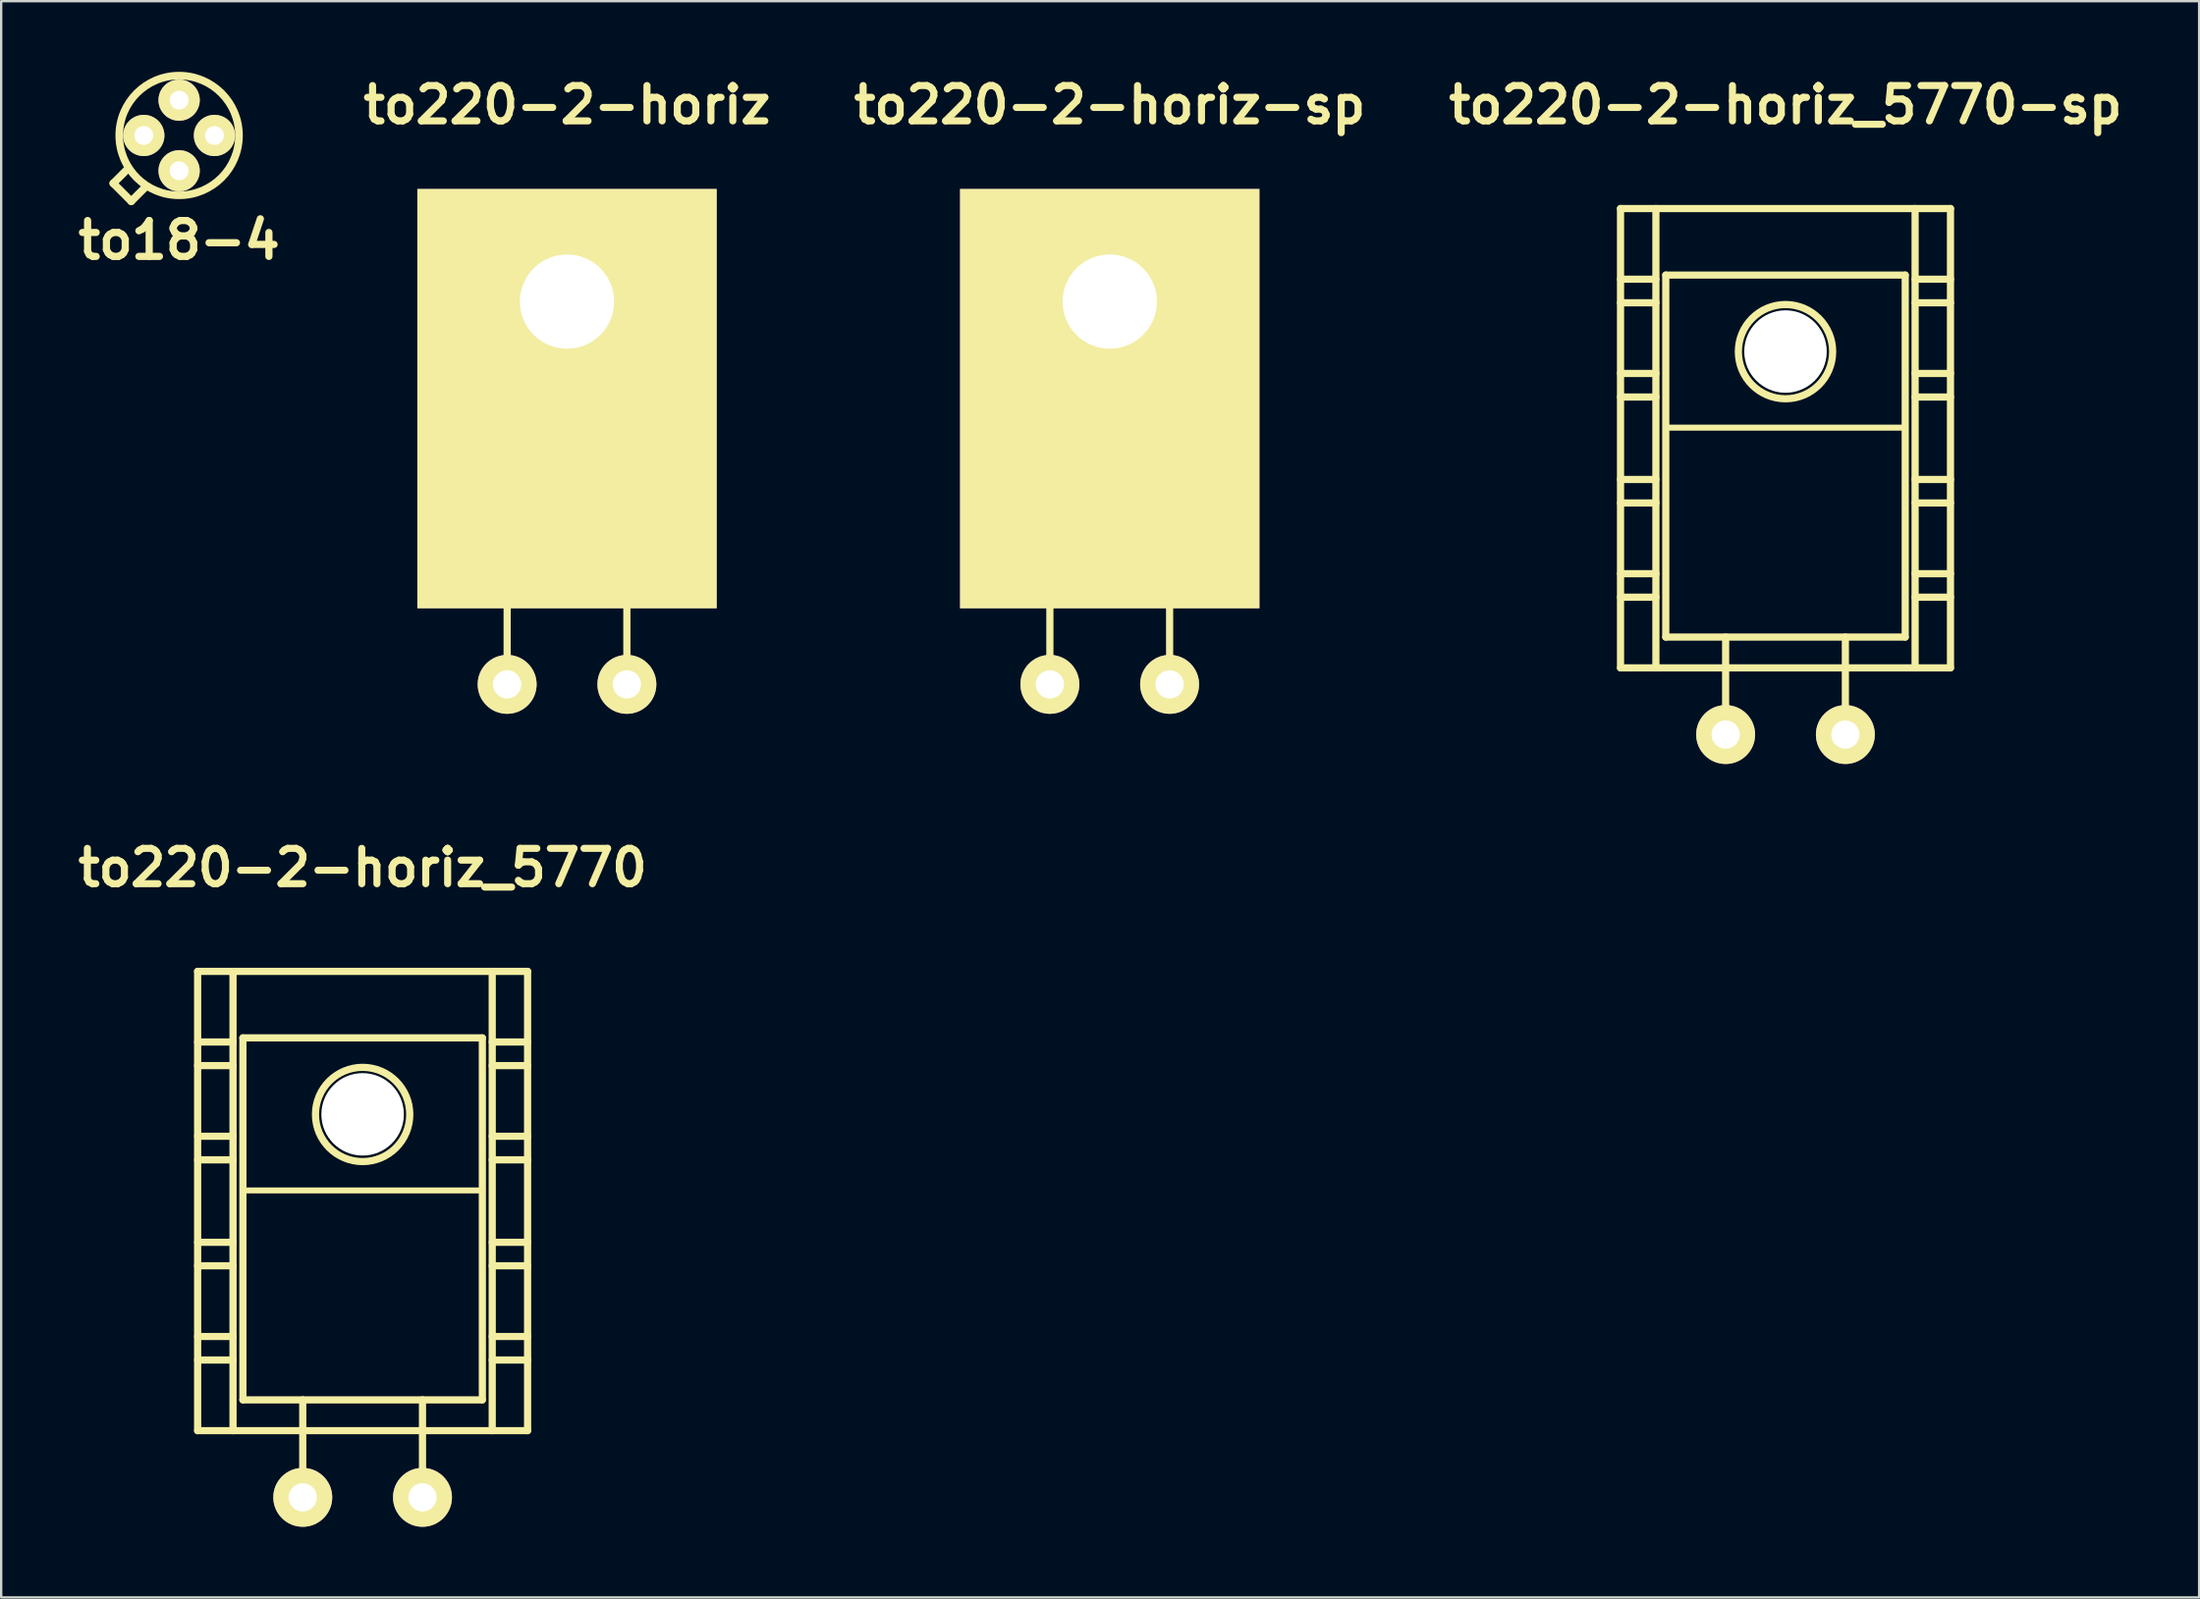
<source format=kicad_pcb>
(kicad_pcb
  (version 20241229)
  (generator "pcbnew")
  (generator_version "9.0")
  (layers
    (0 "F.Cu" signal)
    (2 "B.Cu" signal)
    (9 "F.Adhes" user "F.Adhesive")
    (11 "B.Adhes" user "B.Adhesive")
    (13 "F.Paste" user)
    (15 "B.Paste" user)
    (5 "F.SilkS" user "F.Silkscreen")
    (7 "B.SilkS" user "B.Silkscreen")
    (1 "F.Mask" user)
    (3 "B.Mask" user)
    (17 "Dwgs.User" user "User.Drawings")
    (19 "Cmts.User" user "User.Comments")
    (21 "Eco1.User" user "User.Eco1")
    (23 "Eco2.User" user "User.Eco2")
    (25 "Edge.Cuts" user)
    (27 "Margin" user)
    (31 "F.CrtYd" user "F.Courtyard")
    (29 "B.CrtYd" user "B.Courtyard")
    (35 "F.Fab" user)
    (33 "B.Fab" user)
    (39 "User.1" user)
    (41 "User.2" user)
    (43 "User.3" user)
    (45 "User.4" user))
  (footprint "to220-2-horiz-sp"
    (layer "F.Cu")
    (at 44.036 16.404)
    (property "Reference" "to220-2-horiz-sp" (at 0 -15 0) (layer "F.SilkS") (effects (font (size 1.5 1.5) (thickness 0.3))))
    (attr through_hole)
    (fp_line (start -5.08 -9.906) (end -5.08 5.461) (stroke (width 0.305) (type solid)) (layer "F.SilkS"))
    (fp_line (start -5.08 5.461) (end 5.08 5.461) (stroke (width 0.305) (type solid)) (layer "F.SilkS"))
    (fp_line (start -2.54 9.652) (end -2.54 5.461) (stroke (width 0.305) (type solid)) (layer "F.SilkS"))
    (fp_line (start 2.54 9.652) (end 2.54 5.461) (stroke (width 0.305) (type solid)) (layer "F.SilkS"))
    (fp_line (start 5.08 -9.906) (end -5.08 -9.906) (stroke (width 0.305) (type solid)) (layer "F.SilkS"))
    (fp_line (start 5.08 -3.429) (end -5.08 -3.429) (stroke (width 0.254) (type solid)) (layer "F.SilkS"))
    (fp_line (start 5.08 5.461) (end 5.08 -9.906) (stroke (width 0.305) (type solid)) (layer "F.SilkS"))
    (pad "1" thru_hole circle (at -2.54 9.6) (size 2.5 2.5) (drill 1.2) (layers "*.Cu" "*.Mask" "F.SilkS"))
    (pad "2" thru_hole circle (at 2.54 9.6) (size 2.5 2.5) (drill 1.2) (layers "*.Cu" "*.Mask" "F.SilkS"))
    (pad "3" thru_hole rect (at 0 -6.65) (size 12.7 17.8) (drill 4 (offset 0 4.12)) (layers "F.Cu" "F.Mask" "F.SilkS")))
  (footprint "to18-4"
    (layer "F.Cu")
    (at 4.55 2.701)
    (property "Reference" "to18-4" (at 0 4.445 0) (layer "F.SilkS") (effects (font (size 1.524 1.524) (thickness 0.305))))
    (attr through_hole)
    (fp_line (start -2.794 2.032) (end -2.032 2.794) (stroke (width 0.323) (type solid)) (layer "F.SilkS"))
    (fp_line (start -2.159 1.397) (end -2.794 2.032) (stroke (width 0.323) (type solid)) (layer "F.SilkS"))
    (fp_line (start -2.032 2.794) (end -1.397 2.159) (stroke (width 0.323) (type solid)) (layer "F.SilkS"))
    (fp_circle (center 0 0) (end -2.54 0) (stroke (width 0.323) (type solid)) (fill no) (layer "F.SilkS"))
    (pad "1" thru_hole circle (at 1.5 0) (size 1.75 1.75) (drill 0.8) (layers "*.Cu" "*.Mask" "F.SilkS"))
    (pad "2" thru_hole circle (at 0 -1.5) (size 1.75 1.75) (drill 0.8) (layers "*.Cu" "*.Mask" "F.SilkS"))
    (pad "3" thru_hole circle (at -1.5 0) (size 1.75 1.75) (drill 0.8) (layers "*.Cu" "*.Mask" "F.SilkS"))
    (pad "4" thru_hole circle (at 0 1.5) (size 1.75 1.75) (drill 0.8) (layers "*.Cu" "*.Mask" "F.SilkS")))
  (footprint "to220-2-horiz_5770-sp"
    (layer "F.Cu")
    (at 72.708 19.804)
    (property "Reference" "to220-2-horiz_5770-sp" (at 0 -18.4 0) (layer "F.SilkS") (effects (font (size 1.5 1.5) (thickness 0.3))))
    (attr through_hole)
    (fp_line (start -7 -14) (end -7 5.499) (stroke (width 0.305) (type solid)) (layer "F.SilkS"))
    (fp_line (start -7 -11.001) (end -5.499 -11.001) (stroke (width 0.305) (type solid)) (layer "F.SilkS"))
    (fp_line (start -7 -10) (end -5.499 -10) (stroke (width 0.305) (type solid)) (layer "F.SilkS"))
    (fp_line (start -7 -7) (end -5.499 -7) (stroke (width 0.305) (type solid)) (layer "F.SilkS"))
    (fp_line (start -7 -5.999) (end -5.499 -5.999) (stroke (width 0.305) (type solid)) (layer "F.SilkS"))
    (fp_line (start -7 -2.499) (end -5.499 -2.499) (stroke (width 0.305) (type solid)) (layer "F.SilkS"))
    (fp_line (start -7 -1.501) (end -5.499 -1.501) (stroke (width 0.305) (type solid)) (layer "F.SilkS"))
    (fp_line (start -7 1.501) (end -5.499 1.501) (stroke (width 0.305) (type solid)) (layer "F.SilkS"))
    (fp_line (start -7 2.499) (end -5.499 2.499) (stroke (width 0.305) (type solid)) (layer "F.SilkS"))
    (fp_line (start -7 5.499) (end 7 5.499) (stroke (width 0.305) (type solid)) (layer "F.SilkS"))
    (fp_line (start -5.499 5.499) (end -5.499 -14) (stroke (width 0.305) (type solid)) (layer "F.SilkS"))
    (fp_line (start -5.08 -11.176) (end -5.08 4.191) (stroke (width 0.305) (type solid)) (layer "F.SilkS"))
    (fp_line (start -5.08 4.191) (end 5.08 4.191) (stroke (width 0.305) (type solid)) (layer "F.SilkS"))
    (fp_line (start -2.54 8.382) (end -2.54 4.191) (stroke (width 0.305) (type solid)) (layer "F.SilkS"))
    (fp_line (start 2.54 8.382) (end 2.54 4.191) (stroke (width 0.305) (type solid)) (layer "F.SilkS"))
    (fp_line (start 5.08 -11.176) (end -5.08 -11.176) (stroke (width 0.305) (type solid)) (layer "F.SilkS"))
    (fp_line (start 5.08 -4.699) (end -5.08 -4.699) (stroke (width 0.254) (type solid)) (layer "F.SilkS"))
    (fp_line (start 5.08 4.191) (end 5.08 -11.176) (stroke (width 0.305) (type solid)) (layer "F.SilkS"))
    (fp_line (start 5.499 -14) (end 5.499 5.499) (stroke (width 0.305) (type solid)) (layer "F.SilkS"))
    (fp_line (start 5.499 -11.001) (end 7 -11.001) (stroke (width 0.305) (type solid)) (layer "F.SilkS"))
    (fp_line (start 5.499 -10) (end 7 -10) (stroke (width 0.305) (type solid)) (layer "F.SilkS"))
    (fp_line (start 5.499 -7) (end 7 -7) (stroke (width 0.305) (type solid)) (layer "F.SilkS"))
    (fp_line (start 5.499 -5.999) (end 7 -5.999) (stroke (width 0.305) (type solid)) (layer "F.SilkS"))
    (fp_line (start 5.499 -2.499) (end 7 -2.499) (stroke (width 0.305) (type solid)) (layer "F.SilkS"))
    (fp_line (start 5.499 -1.501) (end 7 -1.501) (stroke (width 0.305) (type solid)) (layer "F.SilkS"))
    (fp_line (start 5.499 1.501) (end 7 1.501) (stroke (width 0.305) (type solid)) (layer "F.SilkS"))
    (fp_line (start 5.499 2.499) (end 7 2.499) (stroke (width 0.305) (type solid)) (layer "F.SilkS"))
    (fp_line (start 7 -14) (end -7 -14) (stroke (width 0.305) (type solid)) (layer "F.SilkS"))
    (fp_line (start 7 5.499) (end 7 -14) (stroke (width 0.305) (type solid)) (layer "F.SilkS"))
    (fp_circle (center 0 -7.925) (end -1.999 -8.001) (stroke (width 0.305) (type solid)) (fill no) (layer "F.SilkS"))
    (pad "" np_thru_hole circle (at 0 -7.93) (size 3.5 3.5) (drill 3.5) (layers "*.Cu" "*.Mask"))
    (pad "1" thru_hole circle (at -2.54 8.33) (size 2.5 2.5) (drill 1.2) (layers "*.Cu" "*.Mask" "F.SilkS"))
    (pad "2" thru_hole circle (at 2.54 8.33) (size 2.5 2.5) (drill 1.2) (layers "*.Cu" "*.Mask" "F.SilkS")))
  (footprint "to220-2-horiz_5770"
    (layer "F.Cu")
    (at 12.336 52.188)
    (property "Reference" "to220-2-horiz_5770" (at 0 -18.4 0) (layer "F.SilkS") (effects (font (size 1.5 1.5) (thickness 0.3))))
    (attr through_hole)
    (fp_line (start -7 -14) (end -7 5.499) (stroke (width 0.305) (type solid)) (layer "F.SilkS"))
    (fp_line (start -7 -11.001) (end -5.499 -11.001) (stroke (width 0.305) (type solid)) (layer "F.SilkS"))
    (fp_line (start -7 -10) (end -5.499 -10) (stroke (width 0.305) (type solid)) (layer "F.SilkS"))
    (fp_line (start -7 -7) (end -5.499 -7) (stroke (width 0.305) (type solid)) (layer "F.SilkS"))
    (fp_line (start -7 -5.999) (end -5.499 -5.999) (stroke (width 0.305) (type solid)) (layer "F.SilkS"))
    (fp_line (start -7 -2.499) (end -5.499 -2.499) (stroke (width 0.305) (type solid)) (layer "F.SilkS"))
    (fp_line (start -7 -1.501) (end -5.499 -1.501) (stroke (width 0.305) (type solid)) (layer "F.SilkS"))
    (fp_line (start -7 1.501) (end -5.499 1.501) (stroke (width 0.305) (type solid)) (layer "F.SilkS"))
    (fp_line (start -7 2.499) (end -5.499 2.499) (stroke (width 0.305) (type solid)) (layer "F.SilkS"))
    (fp_line (start -7 5.499) (end 7 5.499) (stroke (width 0.305) (type solid)) (layer "F.SilkS"))
    (fp_line (start -5.499 5.499) (end -5.499 -14) (stroke (width 0.305) (type solid)) (layer "F.SilkS"))
    (fp_line (start -5.08 -11.176) (end -5.08 4.191) (stroke (width 0.305) (type solid)) (layer "F.SilkS"))
    (fp_line (start -5.08 4.191) (end 5.08 4.191) (stroke (width 0.305) (type solid)) (layer "F.SilkS"))
    (fp_line (start -2.54 8.382) (end -2.54 4.191) (stroke (width 0.305) (type solid)) (layer "F.SilkS"))
    (fp_line (start 2.54 8.382) (end 2.54 4.191) (stroke (width 0.305) (type solid)) (layer "F.SilkS"))
    (fp_line (start 5.08 -11.176) (end -5.08 -11.176) (stroke (width 0.305) (type solid)) (layer "F.SilkS"))
    (fp_line (start 5.08 -4.699) (end -5.08 -4.699) (stroke (width 0.254) (type solid)) (layer "F.SilkS"))
    (fp_line (start 5.08 4.191) (end 5.08 -11.176) (stroke (width 0.305) (type solid)) (layer "F.SilkS"))
    (fp_line (start 5.499 -14) (end 5.499 5.499) (stroke (width 0.305) (type solid)) (layer "F.SilkS"))
    (fp_line (start 5.499 -11.001) (end 7 -11.001) (stroke (width 0.305) (type solid)) (layer "F.SilkS"))
    (fp_line (start 5.499 -10) (end 7 -10) (stroke (width 0.305) (type solid)) (layer "F.SilkS"))
    (fp_line (start 5.499 -7) (end 7 -7) (stroke (width 0.305) (type solid)) (layer "F.SilkS"))
    (fp_line (start 5.499 -5.999) (end 7 -5.999) (stroke (width 0.305) (type solid)) (layer "F.SilkS"))
    (fp_line (start 5.499 -2.499) (end 7 -2.499) (stroke (width 0.305) (type solid)) (layer "F.SilkS"))
    (fp_line (start 5.499 -1.501) (end 7 -1.501) (stroke (width 0.305) (type solid)) (layer "F.SilkS"))
    (fp_line (start 5.499 1.501) (end 7 1.501) (stroke (width 0.305) (type solid)) (layer "F.SilkS"))
    (fp_line (start 5.499 2.499) (end 7 2.499) (stroke (width 0.305) (type solid)) (layer "F.SilkS"))
    (fp_line (start 7 -14) (end -7 -14) (stroke (width 0.305) (type solid)) (layer "F.SilkS"))
    (fp_line (start 7 5.499) (end 7 -14) (stroke (width 0.305) (type solid)) (layer "F.SilkS"))
    (fp_circle (center 0 -7.925) (end -1.999 -8.001) (stroke (width 0.305) (type solid)) (fill no) (layer "F.SilkS"))
    (pad "" np_thru_hole circle (at 0 -7.93) (size 3.5 3.5) (drill 3.5) (layers "*.Cu" "*.Mask"))
    (pad "1" thru_hole circle (at 2.54 8.33) (size 2.5 2.5) (drill 1.2) (layers "*.Cu" "*.Mask" "F.SilkS"))
    (pad "2" thru_hole circle (at -2.54 8.33) (size 2.5 2.5) (drill 1.2) (layers "*.Cu" "*.Mask" "F.SilkS")))
  (footprint "to220-2-horiz"
    (layer "F.Cu")
    (at 21.008 16.404)
    (property "Reference" "to220-2-horiz" (at 0 -15 0) (layer "F.SilkS") (effects (font (size 1.5 1.5) (thickness 0.3))))
    (attr through_hole)
    (fp_line (start -5.08 -9.906) (end -5.08 5.461) (stroke (width 0.305) (type solid)) (layer "F.SilkS"))
    (fp_line (start -5.08 5.461) (end 5.08 5.461) (stroke (width 0.305) (type solid)) (layer "F.SilkS"))
    (fp_line (start -2.54 9.652) (end -2.54 5.461) (stroke (width 0.305) (type solid)) (layer "F.SilkS"))
    (fp_line (start 2.54 9.652) (end 2.54 5.461) (stroke (width 0.305) (type solid)) (layer "F.SilkS"))
    (fp_line (start 5.08 -9.906) (end -5.08 -9.906) (stroke (width 0.305) (type solid)) (layer "F.SilkS"))
    (fp_line (start 5.08 -3.429) (end -5.08 -3.429) (stroke (width 0.254) (type solid)) (layer "F.SilkS"))
    (fp_line (start 5.08 5.461) (end 5.08 -9.906) (stroke (width 0.305) (type solid)) (layer "F.SilkS"))
    (pad "1" thru_hole circle (at 2.54 9.6) (size 2.5 2.5) (drill 1.2) (layers "*.Cu" "*.Mask" "F.SilkS"))
    (pad "2" thru_hole circle (at -2.54 9.6) (size 2.5 2.5) (drill 1.2) (layers "*.Cu" "*.Mask" "F.SilkS"))
    (pad "3" thru_hole rect (at 0 -6.65) (size 12.7 17.8) (drill 4 (offset 0 4.12)) (layers "F.Cu" "F.Mask" "F.SilkS")))
  (gr_rect
    (start -3 -3)
    (end 90.258 64.768)
    (stroke (width 0.1) (type default))
    (fill no)
    (layer "Edge.Cuts")))
</source>
